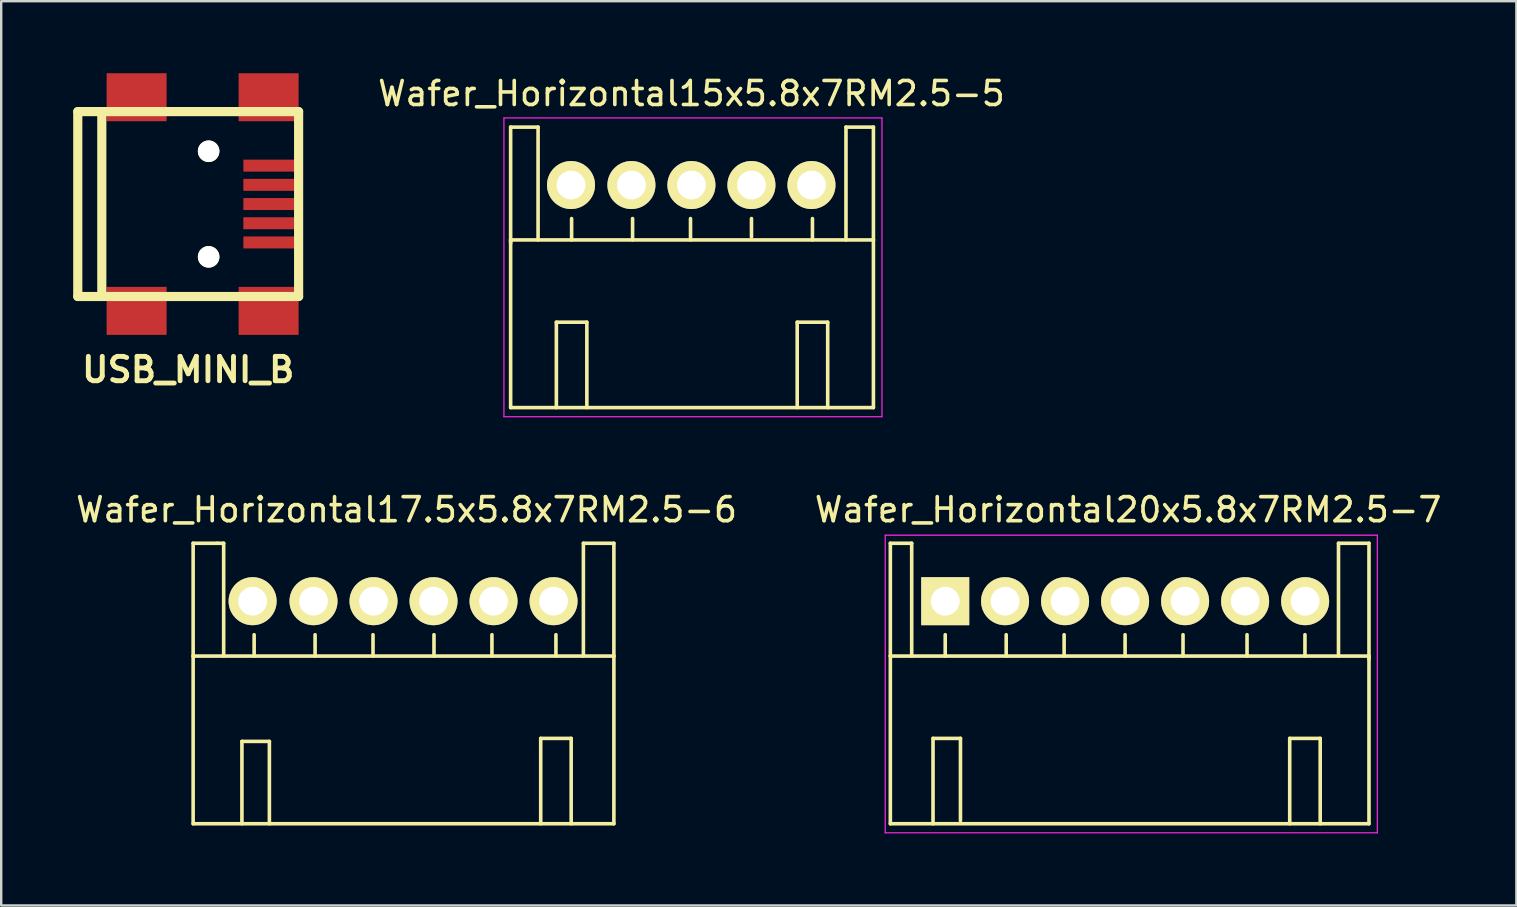
<source format=kicad_pcb>
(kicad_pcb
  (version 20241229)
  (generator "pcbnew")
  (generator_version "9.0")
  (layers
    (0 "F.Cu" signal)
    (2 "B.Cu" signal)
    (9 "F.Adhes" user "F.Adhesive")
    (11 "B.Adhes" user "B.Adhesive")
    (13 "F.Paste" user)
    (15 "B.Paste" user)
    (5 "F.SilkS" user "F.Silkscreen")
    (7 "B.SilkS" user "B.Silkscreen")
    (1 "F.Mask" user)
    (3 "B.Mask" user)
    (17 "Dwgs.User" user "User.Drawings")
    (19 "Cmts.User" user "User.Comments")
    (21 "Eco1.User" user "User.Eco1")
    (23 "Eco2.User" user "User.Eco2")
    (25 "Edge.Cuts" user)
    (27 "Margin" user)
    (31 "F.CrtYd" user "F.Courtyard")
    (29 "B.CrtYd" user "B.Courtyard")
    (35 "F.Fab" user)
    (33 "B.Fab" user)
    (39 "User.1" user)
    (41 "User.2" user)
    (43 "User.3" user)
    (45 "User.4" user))
  (footprint "Wafer_Horizontal20x5.8x7RM2.5-7"
    (layer "F.Cu")
    (at 36.326 21.994)
    (property "Reference" "Wafer_Horizontal20x5.8x7RM2.5-7" (at 7.62 -3.81 0) (layer "F.SilkS") (effects (font (size 1 1) (thickness 0.15))))
    (attr through_hole)
    (fp_line (start -2.286 -2.413) (end -1.397 -2.413) (stroke (width 0.15) (type solid)) (layer "F.SilkS"))
    (fp_line (start -2.286 2.286) (end -2.286 -2.413) (stroke (width 0.15) (type solid)) (layer "F.SilkS"))
    (fp_line (start -2.286 2.286) (end 17.653 2.286) (stroke (width 0.15) (type solid)) (layer "F.SilkS"))
    (fp_line (start -2.286 9.271) (end -2.286 2.286) (stroke (width 0.15) (type solid)) (layer "F.SilkS"))
    (fp_line (start -1.397 -2.413) (end -1.397 2.286) (stroke (width 0.15) (type solid)) (layer "F.SilkS"))
    (fp_line (start -0.508 5.715) (end 0.635 5.715) (stroke (width 0.15) (type solid)) (layer "F.SilkS"))
    (fp_line (start -0.508 9.271) (end -0.508 5.715) (stroke (width 0.15) (type solid)) (layer "F.SilkS"))
    (fp_line (start 0 2.286) (end 0 1.397) (stroke (width 0.15) (type solid)) (layer "F.SilkS"))
    (fp_line (start 0.635 5.715) (end 0.635 9.144) (stroke (width 0.15) (type solid)) (layer "F.SilkS"))
    (fp_line (start 2.54 2.286) (end 2.54 1.397) (stroke (width 0.15) (type solid)) (layer "F.SilkS"))
    (fp_line (start 4.953 2.286) (end 4.953 1.397) (stroke (width 0.15) (type solid)) (layer "F.SilkS"))
    (fp_line (start 7.493 2.286) (end 7.493 1.397) (stroke (width 0.15) (type solid)) (layer "F.SilkS"))
    (fp_line (start 9.906 2.286) (end 9.906 1.397) (stroke (width 0.15) (type solid)) (layer "F.SilkS"))
    (fp_line (start 12.573 2.286) (end 12.573 1.397) (stroke (width 0.15) (type solid)) (layer "F.SilkS"))
    (fp_line (start 14.351 5.715) (end 15.621 5.715) (stroke (width 0.15) (type solid)) (layer "F.SilkS"))
    (fp_line (start 14.351 9.271) (end 14.351 5.715) (stroke (width 0.15) (type solid)) (layer "F.SilkS"))
    (fp_line (start 14.986 2.286) (end 14.986 1.397) (stroke (width 0.15) (type solid)) (layer "F.SilkS"))
    (fp_line (start 15.621 5.715) (end 15.621 9.271) (stroke (width 0.15) (type solid)) (layer "F.SilkS"))
    (fp_line (start 16.383 -2.413) (end 16.383 2.286) (stroke (width 0.15) (type solid)) (layer "F.SilkS"))
    (fp_line (start 17.653 -2.413) (end 16.383 -2.413) (stroke (width 0.15) (type solid)) (layer "F.SilkS"))
    (fp_line (start 17.653 2.286) (end 17.653 9.271) (stroke (width 0.15) (type solid)) (layer "F.SilkS"))
    (fp_line (start 17.653 2.413) (end 17.653 -2.413) (stroke (width 0.15) (type solid)) (layer "F.SilkS"))
    (fp_line (start 17.653 9.271) (end -2.286 9.271) (stroke (width 0.15) (type solid)) (layer "F.SilkS"))
    (fp_line (start -2.5 -2.75) (end 18 -2.75) (stroke (width 0.05) (type solid)) (layer "F.CrtYd"))
    (fp_line (start -2.5 9.65) (end -2.5 -2.75) (stroke (width 0.05) (type solid)) (layer "F.CrtYd"))
    (fp_line (start 18 -2.75) (end 18 9.65) (stroke (width 0.05) (type solid)) (layer "F.CrtYd"))
    (fp_line (start 18 9.65) (end -2.5 9.65) (stroke (width 0.05) (type solid)) (layer "F.CrtYd"))
    (pad "1" thru_hole rect (at 0 0) (size 2 2) (drill 1.2) (layers "*.Cu" "*.Mask" "F.SilkS"))
    (pad "2" thru_hole circle (at 2.493 0) (size 2 2) (drill 1.2) (layers "*.Cu" "*.Mask" "F.SilkS"))
    (pad "3" thru_hole circle (at 4.993 0) (size 2 2) (drill 1.2) (layers "*.Cu" "*.Mask" "F.SilkS"))
    (pad "4" thru_hole circle (at 7.493 0) (size 2 2) (drill 1.2) (layers "*.Cu" "*.Mask" "F.SilkS"))
    (pad "5" thru_hole circle (at 9.993 0) (size 2 2) (drill 1.2) (layers "*.Cu" "*.Mask" "F.SilkS"))
    (pad "6" thru_hole circle (at 12.493 0) (size 2 2) (drill 1.2) (layers "*.Cu" "*.Mask" "F.SilkS"))
    (pad "7" thru_hole circle (at 14.993 0) (size 2 2) (drill 1.2) (layers "*.Cu" "*.Mask" "F.SilkS")))
  (footprint "USB_MINI_B"
    (layer "F.Cu")
    (at 4.79 5.45)
    (property "Reference" "USB_MINI_B" (at 0 6.901 0) (layer "F.SilkS") (effects (font (size 1.016 1.016) (thickness 0.203))))
    (attr through_hole)
    (fp_line (start -4.6 -3.851) (end -4.6 3.851) (stroke (width 0.381) (type solid)) (layer "F.SilkS"))
    (fp_line (start -4.6 3.851) (end 4.6 3.851) (stroke (width 0.381) (type solid)) (layer "F.SilkS"))
    (fp_line (start -3.599 -3.851) (end -3.599 3.851) (stroke (width 0.381) (type solid)) (layer "F.SilkS"))
    (fp_line (start 4.6 -3.851) (end -4.6 -3.851) (stroke (width 0.381) (type solid)) (layer "F.SilkS"))
    (fp_line (start 4.6 3.851) (end 4.6 -3.851) (stroke (width 0.381) (type solid)) (layer "F.SilkS"))
    (pad "" np_thru_hole circle (at 0.851 -2.2) (size 0.899 0.899) (drill 0.899) (layers "*.Cu" "*.Mask" "F.SilkS"))
    (pad "" np_thru_hole circle (at 0.851 2.2) (size 0.899 0.899) (drill 0.899) (layers "*.Cu" "*.Mask" "F.SilkS"))
    (pad "1" smd rect (at 3.449 -1.6) (size 2.301 0.5) (layers "F.Cu" "F.Mask" "F.Paste"))
    (pad "2" smd rect (at 3.449 -0.8) (size 2.301 0.5) (layers "F.Cu" "F.Mask" "F.Paste"))
    (pad "3" smd rect (at 3.449 0) (size 2.301 0.5) (layers "F.Cu" "F.Mask" "F.Paste"))
    (pad "4" smd rect (at 3.449 0.8) (size 2.301 0.5) (layers "F.Cu" "F.Mask" "F.Paste"))
    (pad "5" smd rect (at 3.449 1.6) (size 2.301 0.5) (layers "F.Cu" "F.Mask" "F.Paste"))
    (pad "6" smd rect (at 3.35 -4.45) (size 2.499 1.999) (layers "F.Cu" "F.Mask" "F.Paste"))
    (pad "7" smd rect (at -2.149 -4.45) (size 2.499 1.999) (layers "F.Cu" "F.Mask" "F.Paste"))
    (pad "8" smd rect (at 3.35 4.45) (size 2.499 1.999) (layers "F.Cu" "F.Mask" "F.Paste"))
    (pad "9" smd rect (at -2.149 4.45) (size 2.499 1.999) (layers "F.Cu" "F.Mask" "F.Paste")))
  (footprint "Wafer_Horizontal17.5x5.8x7RM2.5-6"
    (layer "F.Cu")
    (at 7.473 21.994)
    (property "Reference" "Wafer_Horizontal17.5x5.8x7RM2.5-6" (at 6.413 -3.81 0) (layer "F.SilkS") (effects (font (size 1 1) (thickness 0.15))))
    (attr through_hole)
    (fp_line (start -2.477 -2.413) (end -1.46 -2.413) (stroke (width 0.15) (type solid)) (layer "F.SilkS"))
    (fp_line (start -2.477 2.286) (end -2.477 -2.413) (stroke (width 0.15) (type solid)) (layer "F.SilkS"))
    (fp_line (start -2.477 2.286) (end -2.477 9.271) (stroke (width 0.15) (type solid)) (layer "F.SilkS"))
    (fp_line (start -2.477 2.286) (end 15.05 2.286) (stroke (width 0.15) (type solid)) (layer "F.SilkS"))
    (fp_line (start -2.477 9.271) (end 15.05 9.271) (stroke (width 0.15) (type solid)) (layer "F.SilkS"))
    (fp_line (start -1.46 -2.413) (end -1.206 -2.413) (stroke (width 0.15) (type solid)) (layer "F.SilkS"))
    (fp_line (start -1.206 -2.413) (end -1.206 2.286) (stroke (width 0.15) (type solid)) (layer "F.SilkS"))
    (fp_line (start -0.445 5.842) (end -0.445 9.271) (stroke (width 0.15) (type solid)) (layer "F.SilkS"))
    (fp_line (start -0.445 5.842) (end 0.699 5.842) (stroke (width 0.15) (type solid)) (layer "F.SilkS"))
    (fp_line (start 0.064 2.286) (end 0.064 1.397) (stroke (width 0.15) (type solid)) (layer "F.SilkS"))
    (fp_line (start 0.699 5.842) (end 0.699 9.271) (stroke (width 0.15) (type solid)) (layer "F.SilkS"))
    (fp_line (start 2.603 2.286) (end 2.603 1.397) (stroke (width 0.15) (type solid)) (layer "F.SilkS"))
    (fp_line (start 5.016 2.286) (end 5.016 1.397) (stroke (width 0.15) (type solid)) (layer "F.SilkS"))
    (fp_line (start 7.556 2.286) (end 7.556 1.397) (stroke (width 0.15) (type solid)) (layer "F.SilkS"))
    (fp_line (start 9.97 2.286) (end 9.97 1.397) (stroke (width 0.15) (type solid)) (layer "F.SilkS"))
    (fp_line (start 12.002 5.715) (end 13.271 5.715) (stroke (width 0.15) (type solid)) (layer "F.SilkS"))
    (fp_line (start 12.002 9.271) (end 12.002 5.715) (stroke (width 0.15) (type solid)) (layer "F.SilkS"))
    (fp_line (start 12.636 2.286) (end 12.636 1.397) (stroke (width 0.15) (type solid)) (layer "F.SilkS"))
    (fp_line (start 13.271 5.715) (end 13.271 9.271) (stroke (width 0.15) (type solid)) (layer "F.SilkS"))
    (fp_line (start 13.78 -2.413) (end 13.78 2.286) (stroke (width 0.15) (type solid)) (layer "F.SilkS"))
    (fp_line (start 15.05 -2.413) (end 13.78 -2.413) (stroke (width 0.15) (type solid)) (layer "F.SilkS"))
    (fp_line (start 15.05 2.286) (end 15.05 -2.413) (stroke (width 0.15) (type solid)) (layer "F.SilkS"))
    (fp_line (start 15.05 2.286) (end 15.05 9.271) (stroke (width 0.15) (type solid)) (layer "F.SilkS"))
    (pad "1" thru_hole circle (at 0 0) (size 2 2) (drill 1.2) (layers "*.Cu" "*.Mask" "F.SilkS"))
    (pad "2" thru_hole circle (at 2.537 0) (size 2 2) (drill 1.2) (layers "*.Cu" "*.Mask" "F.SilkS"))
    (pad "3" thru_hole circle (at 5.037 0) (size 2 2) (drill 1.2) (layers "*.Cu" "*.Mask" "F.SilkS"))
    (pad "4" thru_hole circle (at 7.537 0) (size 2 2) (drill 1.2) (layers "*.Cu" "*.Mask" "F.SilkS"))
    (pad "5" thru_hole circle (at 10.037 0) (size 2 2) (drill 1.2) (layers "*.Cu" "*.Mask" "F.SilkS"))
    (pad "6" thru_hole circle (at 12.537 0) (size 2 2) (drill 1.2) (layers "*.Cu" "*.Mask" "F.SilkS")))
  (footprint "Wafer_Horizontal15x5.8x7RM2.5-5"
    (layer "F.Cu")
    (at 20.737 4.658)
    (property "Reference" "Wafer_Horizontal15x5.8x7RM2.5-5" (at 5.016 -3.81 0) (layer "F.SilkS") (effects (font (size 1 1) (thickness 0.15))))
    (attr through_hole)
    (fp_line (start -2.515 -2.413) (end -1.372 -2.413) (stroke (width 0.15) (type solid)) (layer "F.SilkS"))
    (fp_line (start -2.515 2.286) (end 12.598 2.286) (stroke (width 0.15) (type solid)) (layer "F.SilkS"))
    (fp_line (start -2.515 2.413) (end -2.515 -2.413) (stroke (width 0.15) (type solid)) (layer "F.SilkS"))
    (fp_line (start -2.515 9.271) (end -2.515 2.286) (stroke (width 0.15) (type solid)) (layer "F.SilkS"))
    (fp_line (start -1.372 -2.413) (end -1.372 2.286) (stroke (width 0.15) (type solid)) (layer "F.SilkS"))
    (fp_line (start -0.61 5.715) (end 0.66 5.715) (stroke (width 0.15) (type solid)) (layer "F.SilkS"))
    (fp_line (start -0.61 9.271) (end -0.61 5.715) (stroke (width 0.15) (type solid)) (layer "F.SilkS"))
    (fp_line (start 0.025 2.286) (end 0.025 1.397) (stroke (width 0.15) (type solid)) (layer "F.SilkS"))
    (fp_line (start 0.66 5.715) (end 0.66 9.271) (stroke (width 0.15) (type solid)) (layer "F.SilkS"))
    (fp_line (start 2.565 1.397) (end 2.565 2.286) (stroke (width 0.15) (type solid)) (layer "F.SilkS"))
    (fp_line (start 4.978 2.286) (end 4.978 1.397) (stroke (width 0.15) (type solid)) (layer "F.SilkS"))
    (fp_line (start 7.518 2.159) (end 7.518 1.397) (stroke (width 0.15) (type solid)) (layer "F.SilkS"))
    (fp_line (start 9.423 5.715) (end 10.693 5.715) (stroke (width 0.15) (type solid)) (layer "F.SilkS"))
    (fp_line (start 9.423 9.271) (end 9.423 5.715) (stroke (width 0.15) (type solid)) (layer "F.SilkS"))
    (fp_line (start 10.058 2.286) (end 10.058 1.397) (stroke (width 0.15) (type solid)) (layer "F.SilkS"))
    (fp_line (start 10.693 5.715) (end 10.693 9.271) (stroke (width 0.15) (type solid)) (layer "F.SilkS"))
    (fp_line (start 11.455 -2.413) (end 11.455 2.286) (stroke (width 0.15) (type solid)) (layer "F.SilkS"))
    (fp_line (start 12.598 -2.413) (end 11.455 -2.413) (stroke (width 0.15) (type solid)) (layer "F.SilkS"))
    (fp_line (start 12.598 2.286) (end 12.598 -2.413) (stroke (width 0.15) (type solid)) (layer "F.SilkS"))
    (fp_line (start 12.598 2.286) (end 12.598 9.271) (stroke (width 0.15) (type solid)) (layer "F.SilkS"))
    (fp_line (start 12.598 9.271) (end -2.515 9.271) (stroke (width 0.15) (type solid)) (layer "F.SilkS"))
    (fp_line (start -2.794 -2.794) (end 12.954 -2.794) (stroke (width 0.05) (type solid)) (layer "F.CrtYd"))
    (fp_line (start -2.794 9.652) (end -2.794 -2.794) (stroke (width 0.05) (type solid)) (layer "F.CrtYd"))
    (fp_line (start 12.954 -2.794) (end 12.954 9.652) (stroke (width 0.05) (type solid)) (layer "F.CrtYd"))
    (fp_line (start 12.954 9.652) (end -2.794 9.652) (stroke (width 0.05) (type solid)) (layer "F.CrtYd"))
    (pad "1" thru_hole circle (at 0 0) (size 2 2) (drill 1.2) (layers "*.Cu" "*.Mask" "F.SilkS"))
    (pad "2" thru_hole circle (at 2.517 0) (size 2 2) (drill 1.2) (layers "*.Cu" "*.Mask" "F.SilkS"))
    (pad "3" thru_hole circle (at 5.016 0) (size 2 2) (drill 1.2) (layers "*.Cu" "*.Mask" "F.SilkS"))
    (pad "4" thru_hole circle (at 7.516 0) (size 2 2) (drill 1.2) (layers "*.Cu" "*.Mask" "F.SilkS"))
    (pad "5" thru_hole circle (at 10.017 0) (size 2 2) (drill 1.2) (layers "*.Cu" "*.Mask" "F.SilkS")))
  (gr_rect
    (start -3 -3)
    (end 60.119 34.669)
    (stroke (width 0.1) (type default))
    (fill no)
    (layer "Edge.Cuts")))
</source>
